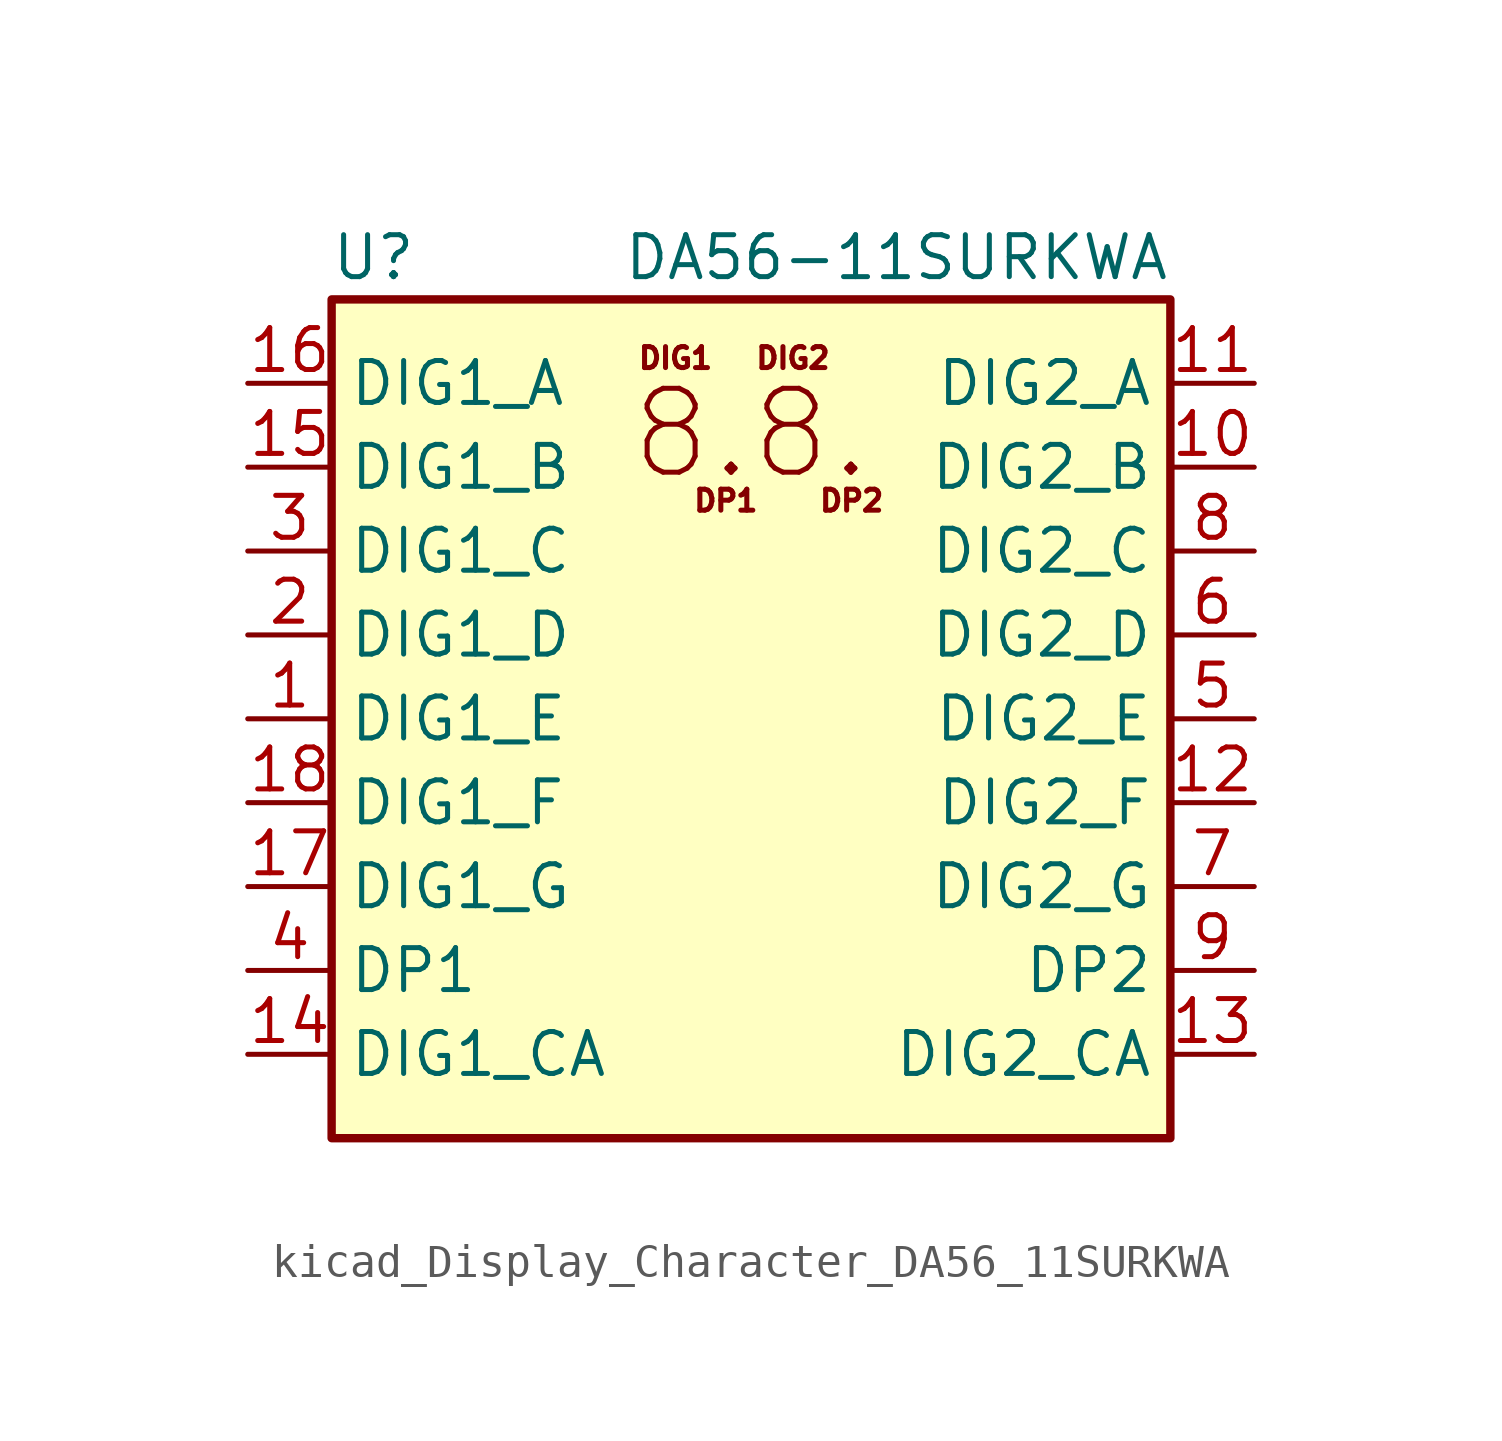
<source format=kicad_sym>
(kicad_symbol_lib
  (version 20220914)
  (generator kicad_symbol_editor)
  (symbol "kicad_Display_Character_DA56_11SURKWA"
    (property "Reference" "U"
      (at -11.43 13.97 0)
      (effects (font (size 1.27 1.27))))
    (property "Value" "DA56-11SURKWA"
      (at 12.7 13.97 0)
      (effects (font (size 1.27 1.27)) (justify right)))
    (symbol "kicad_Display_Character_DA56_11SURKWA_0_0"
      (text "8.8." (at 0 8.636 0) (effects (font (size 2.54 2.54))))
      (text "DIG1" (at -2.286 10.922 0) (effects (font (size 0.635 0.635))))
      (text "DIG2" (at 1.27 10.922 0) (effects (font (size 0.635 0.635))))
      (text "DP1" (at -0.762 6.604 0) (effects (font (size 0.635 0.635))))
      (text "DP2" (at 3.048 6.604 0) (effects (font (size 0.635 0.635)))))
    (symbol "kicad_Display_Character_DA56_11SURKWA_0_1"
      (rectangle (start -12.7 12.7) (end 12.7 -12.7) (stroke (width 0.254) (type default)) (fill (type background))))
    (symbol "kicad_Display_Character_DA56_11SURKWA_1_1"
      (pin input line (at -15.24 0 0) (length 2.54) (name "DIG1_E" (effects (font (size 1.27 1.27)))) (number "1" (effects (font (size 1.27 1.27)))))
      (pin input line (at 15.24 7.62 180) (length 2.54) (name "DIG2_B" (effects (font (size 1.27 1.27)))) (number "10" (effects (font (size 1.27 1.27)))))
      (pin input line (at 15.24 10.16 180) (length 2.54) (name "DIG2_A" (effects (font (size 1.27 1.27)))) (number "11" (effects (font (size 1.27 1.27)))))
      (pin input line (at 15.24 -2.54 180) (length 2.54) (name "DIG2_F" (effects (font (size 1.27 1.27)))) (number "12" (effects (font (size 1.27 1.27)))))
      (pin input line (at 15.24 -10.16 180) (length 2.54) (name "DIG2_CA" (effects (font (size 1.27 1.27)))) (number "13" (effects (font (size 1.27 1.27)))))
      (pin input line (at -15.24 -10.16 0) (length 2.54) (name "DIG1_CA" (effects (font (size 1.27 1.27)))) (number "14" (effects (font (size 1.27 1.27)))))
      (pin input line (at -15.24 7.62 0) (length 2.54) (name "DIG1_B" (effects (font (size 1.27 1.27)))) (number "15" (effects (font (size 1.27 1.27)))))
      (pin input line (at -15.24 10.16 0) (length 2.54) (name "DIG1_A" (effects (font (size 1.27 1.27)))) (number "16" (effects (font (size 1.27 1.27)))))
      (pin input line (at -15.24 -5.08 0) (length 2.54) (name "DIG1_G" (effects (font (size 1.27 1.27)))) (number "17" (effects (font (size 1.27 1.27)))))
      (pin input line (at -15.24 -2.54 0) (length 2.54) (name "DIG1_F" (effects (font (size 1.27 1.27)))) (number "18" (effects (font (size 1.27 1.27)))))
      (pin input line (at -15.24 2.54 0) (length 2.54) (name "DIG1_D" (effects (font (size 1.27 1.27)))) (number "2" (effects (font (size 1.27 1.27)))))
      (pin input line (at -15.24 5.08 0) (length 2.54) (name "DIG1_C" (effects (font (size 1.27 1.27)))) (number "3" (effects (font (size 1.27 1.27)))))
      (pin input line (at -15.24 -7.62 0) (length 2.54) (name "DP1" (effects (font (size 1.27 1.27)))) (number "4" (effects (font (size 1.27 1.27)))))
      (pin input line (at 15.24 0 180) (length 2.54) (name "DIG2_E" (effects (font (size 1.27 1.27)))) (number "5" (effects (font (size 1.27 1.27)))))
      (pin input line (at 15.24 2.54 180) (length 2.54) (name "DIG2_D" (effects (font (size 1.27 1.27)))) (number "6" (effects (font (size 1.27 1.27)))))
      (pin input line (at 15.24 -5.08 180) (length 2.54) (name "DIG2_G" (effects (font (size 1.27 1.27)))) (number "7" (effects (font (size 1.27 1.27)))))
      (pin input line (at 15.24 5.08 180) (length 2.54) (name "DIG2_C" (effects (font (size 1.27 1.27)))) (number "8" (effects (font (size 1.27 1.27)))))
      (pin input line (at 15.24 -7.62 180) (length 2.54) (name "DP2" (effects (font (size 1.27 1.27)))) (number "9" (effects (font (size 1.27 1.27))))))))
</source>
